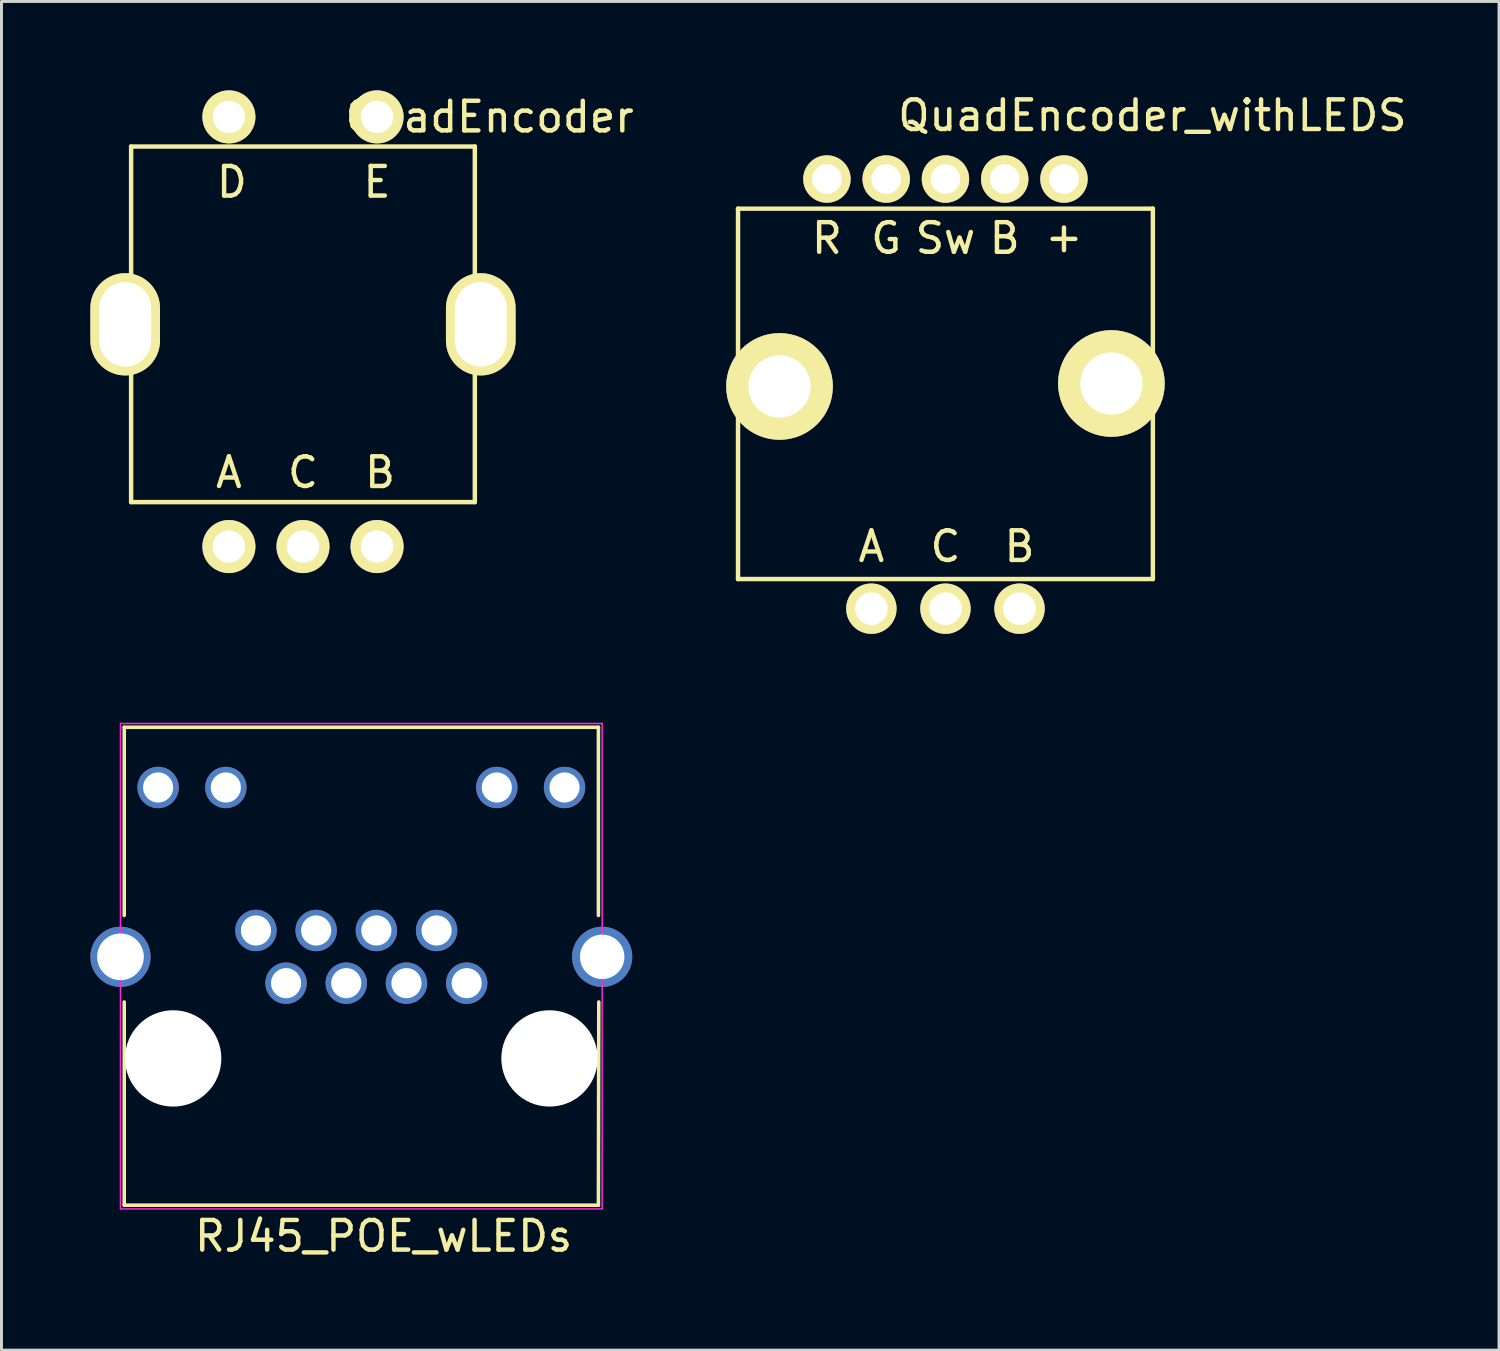
<source format=kicad_pcb>
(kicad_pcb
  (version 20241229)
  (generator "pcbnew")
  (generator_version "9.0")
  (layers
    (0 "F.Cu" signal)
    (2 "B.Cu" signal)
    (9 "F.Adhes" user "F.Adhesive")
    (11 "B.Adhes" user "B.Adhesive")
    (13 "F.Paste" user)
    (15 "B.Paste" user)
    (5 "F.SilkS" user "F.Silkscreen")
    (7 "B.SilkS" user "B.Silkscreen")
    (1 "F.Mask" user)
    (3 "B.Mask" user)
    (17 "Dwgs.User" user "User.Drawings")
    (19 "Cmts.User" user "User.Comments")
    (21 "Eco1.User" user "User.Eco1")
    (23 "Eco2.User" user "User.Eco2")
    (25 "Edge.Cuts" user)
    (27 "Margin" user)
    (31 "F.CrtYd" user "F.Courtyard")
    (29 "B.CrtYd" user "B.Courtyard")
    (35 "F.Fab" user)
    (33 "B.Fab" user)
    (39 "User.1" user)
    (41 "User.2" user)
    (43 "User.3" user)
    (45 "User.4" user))
  (footprint "QuadEncoder"
    (layer "F.Cu")
    (at 7.175 7.895)
    (property "Reference" "QuadEncoder" (at 6.3 -7 0) (layer "F.SilkS") (effects (font (size 1 1) (thickness 0.15))))
    (attr through_hole)
    (fp_line (start -5.8 -6) (end -5.8 6) (stroke (width 0.15) (type solid)) (layer "F.SilkS"))
    (fp_line (start -5.8 6) (end 5.8 6) (stroke (width 0.15) (type solid)) (layer "F.SilkS"))
    (fp_line (start 5.8 -6) (end -5.8 -6) (stroke (width 0.15) (type solid)) (layer "F.SilkS"))
    (fp_line (start 5.8 6) (end 5.8 -6) (stroke (width 0.15) (type solid)) (layer "F.SilkS"))
    (fp_text user "A" (at -2.5 5 0) (layer "F.SilkS") (effects (font (size 1 1) (thickness 0.15))))
    (fp_text user "C" (at 0 5 0) (layer "F.SilkS") (effects (font (size 1 1) (thickness 0.15))))
    (fp_text user "D" (at -2.4 -4.8 0) (layer "F.SilkS") (effects (font (size 1 1) (thickness 0.15))))
    (fp_text user "E" (at 2.5 -4.8 0) (layer "F.SilkS") (effects (font (size 1 1) (thickness 0.15))))
    (fp_text user "B" (at 2.6 5 0) (layer "F.SilkS") (effects (font (size 1 1) (thickness 0.15))))
    (pad "1" thru_hole circle (at 2.5 -7) (size 1.79 1.79) (drill 1.09) (layers "*.Cu" "*.Mask" "F.SilkS"))
    (pad "2" thru_hole circle (at -2.5 -7) (size 1.79 1.79) (drill 1.09) (layers "*.Cu" "*.Mask" "F.SilkS"))
    (pad "3" thru_hole circle (at -2.5 7.5) (size 1.79 1.79) (drill 1.09) (layers "*.Cu" "*.Mask" "F.SilkS"))
    (pad "4" thru_hole circle (at 0 7.5) (size 1.79 1.79) (drill 1.09) (layers "*.Cu" "*.Mask" "F.SilkS"))
    (pad "5" thru_hole circle (at 2.5 7.5) (size 1.79 1.79) (drill 1.09) (layers "*.Cu" "*.Mask" "F.SilkS"))
    (pad "6" thru_hole oval (at -6 0) (size 2.35 3.45) (drill oval 1.75 2.85) (layers "*.Cu" "*.Mask" "F.SilkS"))
    (pad "7" thru_hole oval (at 6 0) (size 2.35 3.45) (drill oval 1.75 2.85) (layers "*.Cu" "*.Mask" "F.SilkS")))
  (footprint "QuadEncoder_withLEDS"
    (layer "F.Cu")
    (at 28.857 9.992)
    (property "Reference" "QuadEncoder_withLEDS" (at 6.985 -9.144 0) (layer "F.SilkS") (effects (font (size 1 1) (thickness 0.15))))
    (attr through_hole)
    (fp_line (start -7 -6) (end -7 6.5) (stroke (width 0.15) (type solid)) (layer "F.SilkS"))
    (fp_line (start -7 6.5) (end 7 6.5) (stroke (width 0.15) (type solid)) (layer "F.SilkS"))
    (fp_line (start 7 -6) (end -7 -6) (stroke (width 0.15) (type solid)) (layer "F.SilkS"))
    (fp_line (start 7 6.5) (end 7 -6) (stroke (width 0.15) (type solid)) (layer "F.SilkS"))
    (fp_text user "Sw" (at 0 -5 0) (layer "F.SilkS") (effects (font (size 1 1) (thickness 0.15))))
    (fp_text user "R" (at -4 -5 0) (layer "F.SilkS") (effects (font (size 1 1) (thickness 0.15))))
    (fp_text user "B" (at 2.5 5.4 0) (layer "F.SilkS") (effects (font (size 1 1) (thickness 0.15))))
    (fp_text user "C" (at 0 5.4 0) (layer "F.SilkS") (effects (font (size 1 1) (thickness 0.15))))
    (fp_text user "+" (at 4 -5.055 0) (layer "F.SilkS") (effects (font (size 1 1) (thickness 0.15))))
    (fp_text user "A" (at -2.5 5.4 0) (layer "F.SilkS") (effects (font (size 1 1) (thickness 0.15))))
    (fp_text user "G" (at -2 -5 0) (layer "F.SilkS") (effects (font (size 1 1) (thickness 0.15))))
    (fp_text user "B" (at 2 -5 0) (layer "F.SilkS") (effects (font (size 1 1) (thickness 0.15))))
    (pad "1" thru_hole circle (at 4 -7) (size 1.6 1.6) (drill 1) (layers "*.Cu" "*.Mask" "F.SilkS"))
    (pad "2" thru_hole circle (at 2 -7) (size 1.6 1.6) (drill 1) (layers "*.Cu" "*.Mask" "F.SilkS"))
    (pad "3" thru_hole circle (at 0 -7) (size 1.6 1.6) (drill 1) (layers "*.Cu" "*.Mask" "F.SilkS"))
    (pad "4" thru_hole circle (at -2 -7) (size 1.6 1.6) (drill 1) (layers "*.Cu" "*.Mask" "F.SilkS"))
    (pad "5" thru_hole circle (at -4 -7) (size 1.6 1.6) (drill 1) (layers "*.Cu" "*.Mask" "F.SilkS"))
    (pad "6" thru_hole circle (at -2.5 7.5) (size 1.7 1.7) (drill 1.1) (layers "*.Cu" "*.Mask" "F.SilkS"))
    (pad "7" thru_hole circle (at 0 7.5) (size 1.7 1.7) (drill 1.1) (layers "*.Cu" "*.Mask" "F.SilkS"))
    (pad "8" thru_hole circle (at 2.5 7.5) (size 1.7 1.7) (drill 1.1) (layers "*.Cu" "*.Mask" "F.SilkS"))
    (pad "9" thru_hole circle (at -5.6 0) (size 3.6 3.6) (drill 2.1) (layers "*.Cu" "*.Mask" "F.SilkS"))
    (pad "10" thru_hole circle (at 5.6 -0.1) (size 3.6 3.6) (drill 2.1) (layers "*.Cu" "*.Mask" "F.SilkS")))
  (footprint "RJ45_POE_wLEDs"
    (layer "F.Cu")
    (at 2.794 32.67)
    (property "Reference" "RJ45_POE_wLEDs" (at 7.1 5.996 180) (layer "F.SilkS") (effects (font (size 1 1) (thickness 0.15))))
    (attr through_hole)
    (fp_line (start -1.651 -11.176) (end -1.651 -4.826) (stroke (width 0.12) (type solid)) (layer "F.SilkS"))
    (fp_line (start -1.651 -11.176) (end 14.351 -11.176) (stroke (width 0.12) (type solid)) (layer "F.SilkS"))
    (fp_line (start -1.651 4.953) (end -1.651 -1.905) (stroke (width 0.12) (type solid)) (layer "F.SilkS"))
    (fp_line (start -1.651 4.953) (end 14.351 4.953) (stroke (width 0.12) (type solid)) (layer "F.SilkS"))
    (fp_line (start 14.351 -11.176) (end 14.351 -4.826) (stroke (width 0.12) (type solid)) (layer "F.SilkS"))
    (fp_line (start 14.351 4.953) (end 14.364 -1.905) (stroke (width 0.12) (type solid)) (layer "F.SilkS"))
    (fp_line (start -1.778 -11.303) (end -1.778 5.08) (stroke (width 0.05) (type solid)) (layer "F.CrtYd"))
    (fp_line (start -1.778 5.08) (end 14.478 5.08) (stroke (width 0.05) (type solid)) (layer "F.CrtYd"))
    (fp_line (start 14.478 -11.303) (end -1.778 -11.303) (stroke (width 0.05) (type solid)) (layer "F.CrtYd"))
    (fp_line (start 14.478 5.08) (end 14.478 -11.303) (stroke (width 0.05) (type solid)) (layer "F.CrtYd"))
    (pad "" np_thru_hole circle (at 0 0 180) (size 3.251 3.251) (drill 3.251) (layers "*.Cu" "*.Mask"))
    (pad "" np_thru_hole circle (at 12.7 0 180) (size 3.251 3.251) (drill 3.251) (layers "*.Cu" "*.Mask"))
    (pad "1" thru_hole circle (at 9.906 -2.54 180) (size 1.397 1.397) (drill 1.016) (layers "*.Cu" "*.Mask"))
    (pad "2" thru_hole circle (at 8.89 -4.318 180) (size 1.397 1.397) (drill 1.016) (layers "*.Cu" "*.Mask"))
    (pad "3" thru_hole circle (at 7.874 -2.54 180) (size 1.397 1.397) (drill 1.016) (layers "*.Cu" "*.Mask"))
    (pad "4" thru_hole circle (at 6.858 -4.318 180) (size 1.397 1.397) (drill 1.016) (layers "*.Cu" "*.Mask"))
    (pad "5" thru_hole circle (at 5.842 -2.54 180) (size 1.397 1.397) (drill 1.016) (layers "*.Cu" "*.Mask"))
    (pad "6" thru_hole circle (at 4.826 -4.318 180) (size 1.397 1.397) (drill 1.016) (layers "*.Cu" "*.Mask"))
    (pad "7" thru_hole circle (at 3.81 -2.54 180) (size 1.397 1.397) (drill 1.016) (layers "*.Cu" "*.Mask"))
    (pad "8" thru_hole circle (at 2.794 -4.318 180) (size 1.397 1.397) (drill 1.016) (layers "*.Cu" "*.Mask"))
    (pad "9" thru_hole circle (at 13.208 -9.144 180) (size 1.397 1.397) (drill 1.016) (layers "*.Cu" "*.Mask"))
    (pad "10" thru_hole circle (at 10.922 -9.144 180) (size 1.397 1.397) (drill 1.016) (layers "*.Cu" "*.Mask"))
    (pad "11" thru_hole circle (at 1.778 -9.144 180) (size 1.397 1.397) (drill 1.016) (layers "*.Cu" "*.Mask"))
    (pad "12" thru_hole circle (at -0.508 -9.144 180) (size 1.397 1.397) (drill 1.016) (layers "*.Cu" "*.Mask"))
    (pad "13" thru_hole circle (at 14.478 -3.429 180) (size 2.032 2.032) (drill 1.5) (layers "*.Cu" "*.Mask"))
    (pad "14" thru_hole circle (at -1.778 -3.429 180) (size 2.032 2.032) (drill 1.575) (layers "*.Cu" "*.Mask")))
  (gr_rect
    (start -3 -3)
    (end 47.539 42.515)
    (stroke (width 0.1) (type default))
    (fill no)
    (layer "Edge.Cuts")))
</source>
